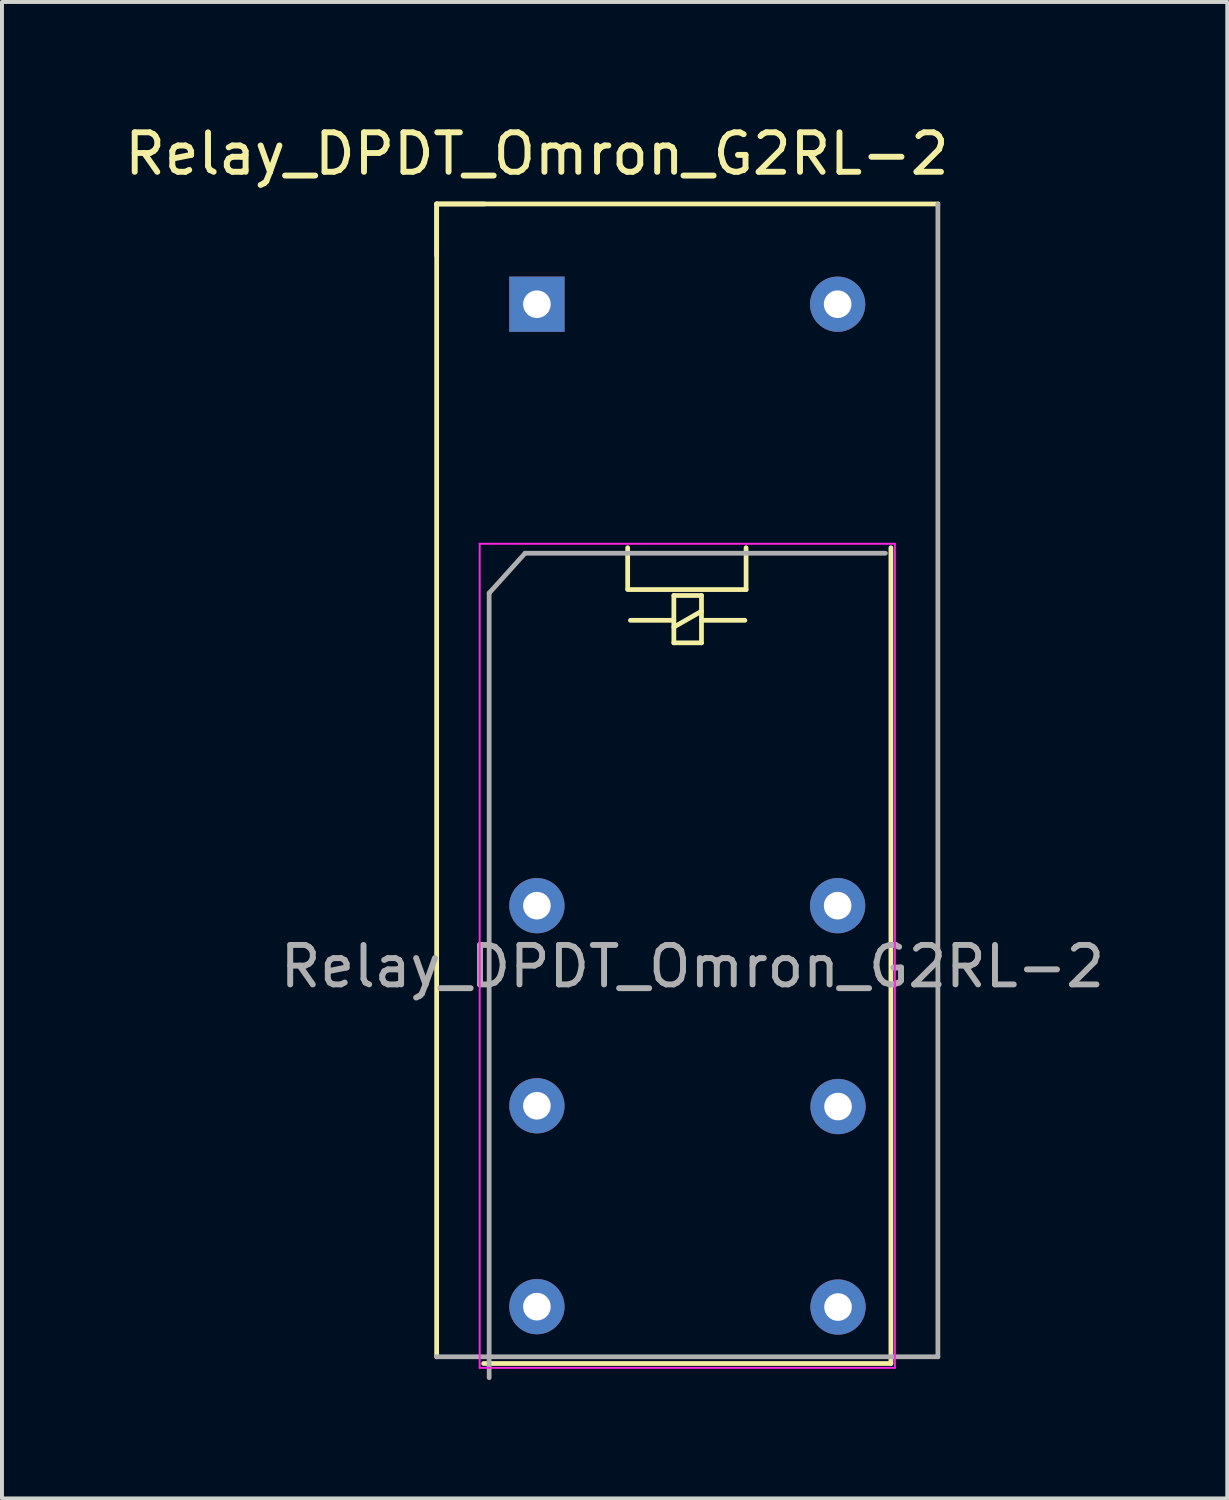
<source format=kicad_pcb>
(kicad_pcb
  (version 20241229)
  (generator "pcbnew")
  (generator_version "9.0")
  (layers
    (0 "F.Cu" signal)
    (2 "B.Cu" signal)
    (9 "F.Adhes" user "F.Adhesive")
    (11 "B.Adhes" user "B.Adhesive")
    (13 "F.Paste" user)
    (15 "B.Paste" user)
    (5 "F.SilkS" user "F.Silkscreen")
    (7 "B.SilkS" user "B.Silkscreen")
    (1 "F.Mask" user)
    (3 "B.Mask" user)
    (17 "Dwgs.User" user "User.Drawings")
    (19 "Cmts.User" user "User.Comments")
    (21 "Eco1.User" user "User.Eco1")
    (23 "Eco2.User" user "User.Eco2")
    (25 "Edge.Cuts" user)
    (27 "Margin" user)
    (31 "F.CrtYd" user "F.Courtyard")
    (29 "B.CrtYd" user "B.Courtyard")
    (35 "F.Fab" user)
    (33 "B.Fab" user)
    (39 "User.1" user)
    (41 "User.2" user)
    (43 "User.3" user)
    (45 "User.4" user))
  (footprint "Relay_DPDT_Omron_G2RL-2"
    (layer "F.Cu")
    (at 10.554 12.278)
    (property "Reference" "Relay_DPDT_Omron_G2RL-2" (at 0 -11.43 0) (layer "F.SilkS") (effects (font (size 1 1) (thickness 0.15))))
    (attr through_hole)
    (fp_line (start -2.54 -10.16) (end -2.54 19.05) (stroke (width 0.12) (type solid)) (layer "F.SilkS"))
    (fp_line (start -2.54 -10.16) (end -1.33 -10.16) (stroke (width 0.12) (type solid)) (layer "F.SilkS"))
    (fp_line (start -2.54 -8.86) (end -2.54 -10.16) (stroke (width 0.12) (type solid)) (layer "F.SilkS"))
    (fp_line (start -1.35 19.22) (end 8.97 19.22) (stroke (width 0.12) (type solid)) (layer "F.SilkS"))
    (fp_line (start 2.3 -1.45) (end 2.3 -0.41) (stroke (width 0.12) (type solid)) (layer "F.SilkS"))
    (fp_line (start 2.3 -0.39) (end 5.3 -0.39) (stroke (width 0.12) (type solid)) (layer "F.SilkS"))
    (fp_line (start 3.47 -0.24) (end 3.47 0.96) (stroke (width 0.12) (type solid)) (layer "F.SilkS"))
    (fp_line (start 3.47 0.39) (end 2.37 0.39) (stroke (width 0.12) (type solid)) (layer "F.SilkS"))
    (fp_line (start 3.47 0.56) (end 4.17 0.16) (stroke (width 0.12) (type solid)) (layer "F.SilkS"))
    (fp_line (start 3.47 0.96) (end 4.17 0.96) (stroke (width 0.12) (type solid)) (layer "F.SilkS"))
    (fp_line (start 4.17 -0.24) (end 3.47 -0.24) (stroke (width 0.12) (type solid)) (layer "F.SilkS"))
    (fp_line (start 4.17 0.39) (end 5.27 0.39) (stroke (width 0.12) (type solid)) (layer "F.SilkS"))
    (fp_line (start 4.17 0.96) (end 4.17 -0.24) (stroke (width 0.12) (type solid)) (layer "F.SilkS"))
    (fp_line (start 5.3 -0.39) (end 5.3 -1.45) (stroke (width 0.12) (type solid)) (layer "F.SilkS"))
    (fp_line (start 8.97 19.22) (end 8.97 -1.45) (stroke (width 0.12) (type solid)) (layer "F.SilkS"))
    (fp_line (start 10.16 -10.16) (end -2.54 -10.16) (stroke (width 0.12) (type solid)) (layer "F.SilkS"))
    (fp_line (start -1.45 -1.55) (end -1.45 19.33) (stroke (width 0.05) (type solid)) (layer "F.CrtYd"))
    (fp_line (start -1.45 -1.55) (end 9.07 -1.55) (stroke (width 0.05) (type solid)) (layer "F.CrtYd"))
    (fp_line (start 9.07 -1.55) (end 9.07 19.33) (stroke (width 0.05) (type solid)) (layer "F.CrtYd"))
    (fp_line (start 9.07 19.33) (end -1.45 19.33) (stroke (width 0.05) (type solid)) (layer "F.CrtYd"))
    (fp_line (start -2.54 19.05) (end 10.16 19.05) (stroke (width 0.12) (type solid)) (layer "F.Fab"))
    (fp_line (start -1.21 -0.3) (end -1.21 19.58) (stroke (width 0.12) (type solid)) (layer "F.Fab"))
    (fp_line (start -1.21 -0.3) (end -0.3 -1.31) (stroke (width 0.12) (type solid)) (layer "F.Fab"))
    (fp_line (start 8.83 -1.31) (end -0.3 -1.31) (stroke (width 0.12) (type solid)) (layer "F.Fab"))
    (fp_line (start 10.16 19.05) (end 10.16 -10.16) (stroke (width 0.12) (type solid)) (layer "F.Fab"))
    (fp_text user "${REFERENCE}" (at 3.94 9.16 0) (layer "F.Fab") (effects (font (size 1 1) (thickness 0.15))))
    (pad "1" thru_hole rect (at 0 -7.62) (size 1.4 1.4) (drill 0.7) (layers "*.Cu" "*.Mask"))
    (pad "2" thru_hole circle (at 0 7.62) (size 1.4 1.4) (drill 0.7) (layers "*.Cu" "*.Mask"))
    (pad "3" thru_hole circle (at 0 12.69) (size 1.4 1.4) (drill 0.7) (layers "*.Cu" "*.Mask"))
    (pad "4" thru_hole circle (at 0 17.78) (size 1.4 1.4) (drill 0.7) (layers "*.Cu" "*.Mask"))
    (pad "5" thru_hole circle (at 7.63 17.79) (size 1.4 1.4) (drill 0.7) (layers "*.Cu" "*.Mask"))
    (pad "6" thru_hole circle (at 7.63 12.71) (size 1.4 1.4) (drill 0.7) (layers "*.Cu" "*.Mask"))
    (pad "7" thru_hole circle (at 7.62 7.62) (size 1.4 1.4) (drill 0.7) (layers "*.Cu" "*.Mask"))
    (pad "8" thru_hole circle (at 7.62 -7.62) (size 1.4 1.4) (drill 0.7) (layers "*.Cu" "*.Mask")))
  (gr_rect
    (start -3 -3)
    (end 28.047 34.918)
    (stroke (width 0.1) (type default))
    (fill no)
    (layer "Edge.Cuts")))
</source>
